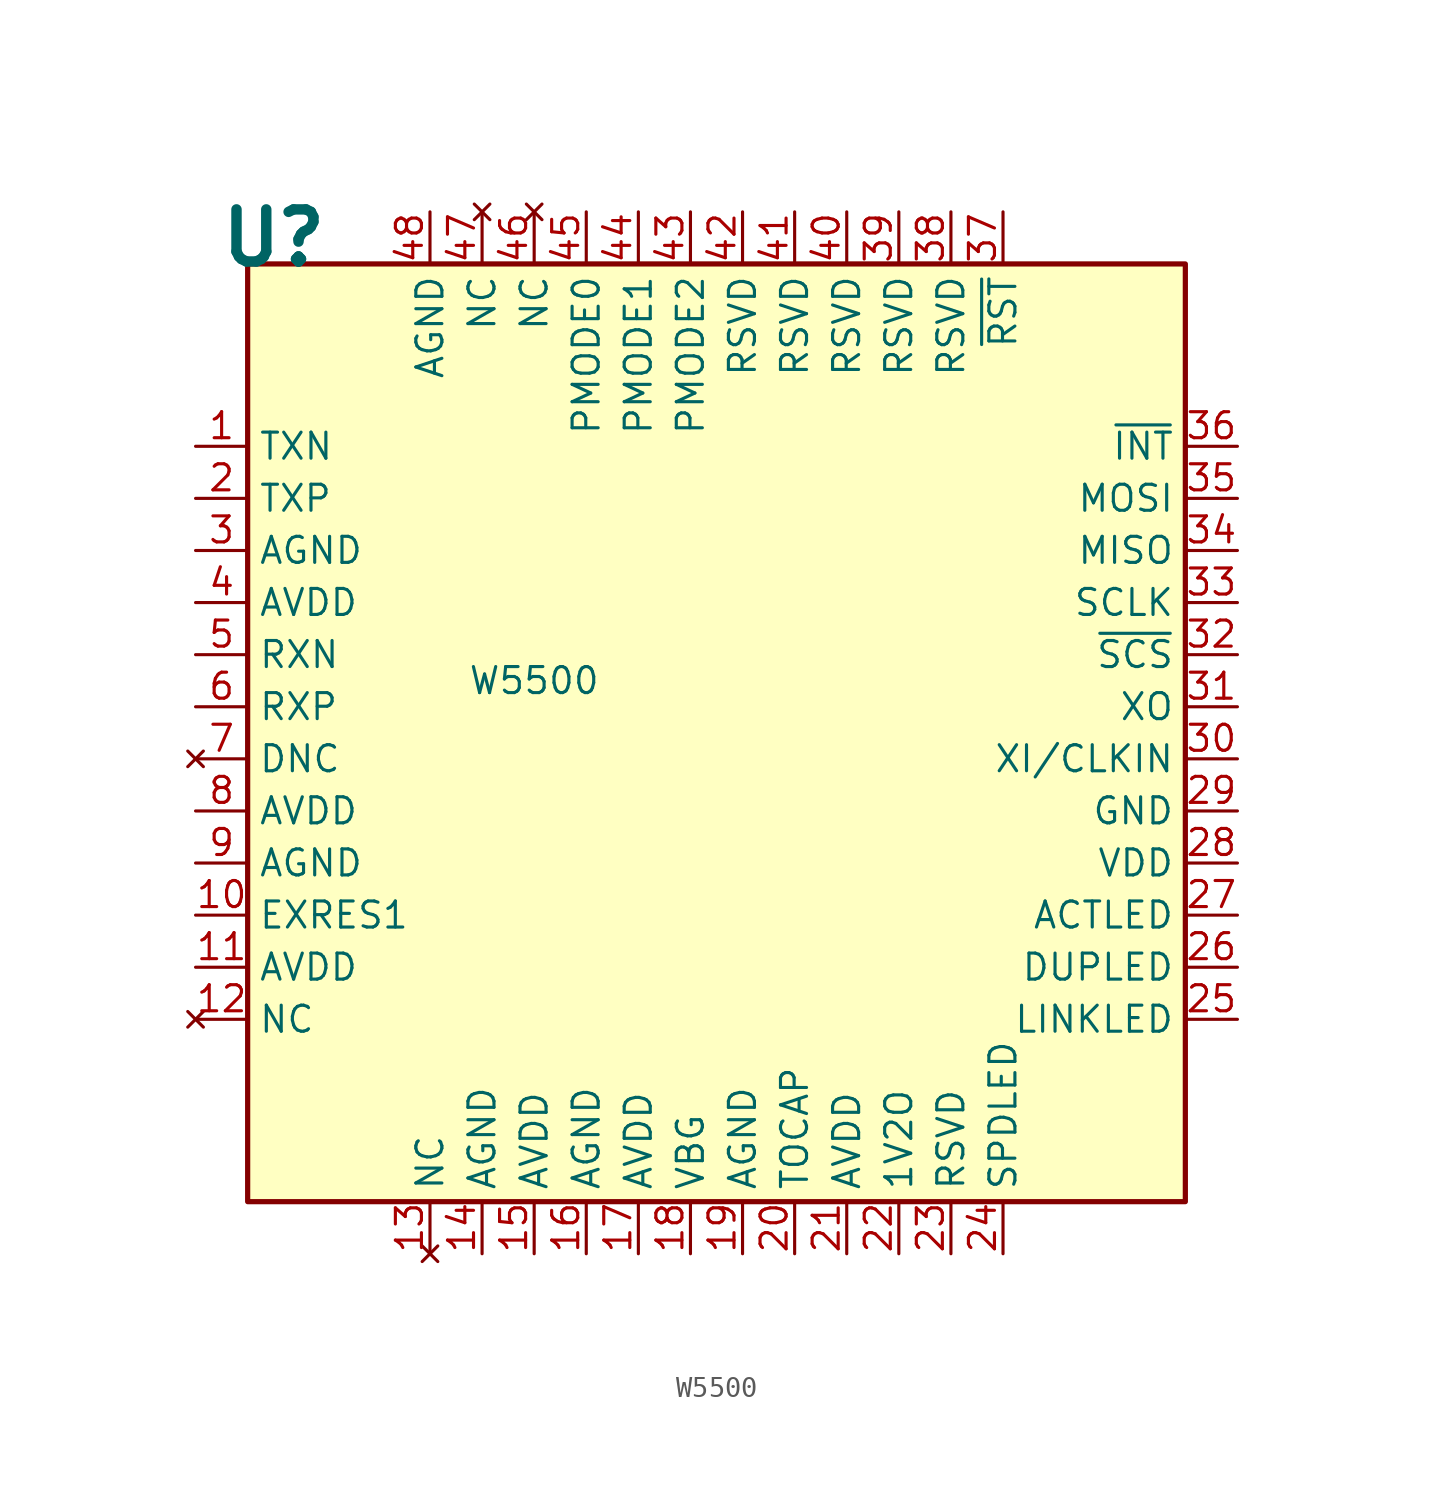
<source format=kicad_sym>
(kicad_symbol_lib
  (version 20220914)
  (generator kicad_symbol_editor)
  (symbol "W5500"
    (property "Reference" "U"
      (at -21.59 24.13 0)
      (effects (font (size 2.54 2.54) bold)))
    (property "Value" "W5500"
      (at -8.89 2.54 0)
      (effects (font (size 1.27 1.27))))
    (symbol "W5500_0_1"
      (rectangle (start -22.86 22.86) (end 22.86 -22.86) (stroke (width 0.254) (type default)) (fill (type background))))
    (symbol "W5500_1_1"
      (pin output line (at -25.4 13.97 0) (length 2.54) (name "TXN" (effects (font (size 1.27 1.27)))) (number "1" (effects (font (size 1.27 1.27)))))
      (pin passive line (at -25.4 -8.89 0) (length 2.54) (name "EXRES1" (effects (font (size 1.27 1.27)))) (number "10" (effects (font (size 1.27 1.27)))))
      (pin passive line (at -25.4 -11.43 0) (length 2.54) (name "AVDD" (effects (font (size 1.27 1.27)))) (number "11" (effects (font (size 1.27 1.27)))))
      (pin no_connect line (at -25.4 -13.97 0) (length 2.54) (name "NC" (effects (font (size 1.27 1.27)))) (number "12" (effects (font (size 1.27 1.27)))))
      (pin no_connect line (at -13.97 -25.4 90) (length 2.54) (name "NC" (effects (font (size 1.27 1.27)))) (number "13" (effects (font (size 1.27 1.27)))))
      (pin passive line (at -11.43 -25.4 90) (length 2.54) (name "AGND" (effects (font (size 1.27 1.27)))) (number "14" (effects (font (size 1.27 1.27)))))
      (pin passive line (at -8.89 -25.4 90) (length 2.54) (name "AVDD" (effects (font (size 1.27 1.27)))) (number "15" (effects (font (size 1.27 1.27)))))
      (pin passive line (at -6.35 -25.4 90) (length 2.54) (name "AGND" (effects (font (size 1.27 1.27)))) (number "16" (effects (font (size 1.27 1.27)))))
      (pin passive line (at -3.81 -25.4 90) (length 2.54) (name "AVDD" (effects (font (size 1.27 1.27)))) (number "17" (effects (font (size 1.27 1.27)))))
      (pin passive line (at -1.27 -25.4 90) (length 2.54) (name "VBG" (effects (font (size 1.27 1.27)))) (number "18" (effects (font (size 1.27 1.27)))))
      (pin passive line (at 1.27 -25.4 90) (length 2.54) (name "AGND" (effects (font (size 1.27 1.27)))) (number "19" (effects (font (size 1.27 1.27)))))
      (pin output line (at -25.4 11.43 0) (length 2.54) (name "TXP" (effects (font (size 1.27 1.27)))) (number "2" (effects (font (size 1.27 1.27)))))
      (pin passive line (at 3.81 -25.4 90) (length 2.54) (name "TOCAP" (effects (font (size 1.27 1.27)))) (number "20" (effects (font (size 1.27 1.27)))))
      (pin passive line (at 6.35 -25.4 90) (length 2.54) (name "AVDD" (effects (font (size 1.27 1.27)))) (number "21" (effects (font (size 1.27 1.27)))))
      (pin output line (at 8.89 -25.4 90) (length 2.54) (name "1V2O" (effects (font (size 1.27 1.27)))) (number "22" (effects (font (size 1.27 1.27)))))
      (pin input line (at 11.43 -25.4 90) (length 2.54) (name "RSVD" (effects (font (size 1.27 1.27)))) (number "23" (effects (font (size 1.27 1.27)))))
      (pin output line (at 13.97 -25.4 90) (length 2.54) (name "SPDLED" (effects (font (size 1.27 1.27)))) (number "24" (effects (font (size 1.27 1.27)))))
      (pin output line (at 25.4 -13.97 180) (length 2.54) (name "LINKLED" (effects (font (size 1.27 1.27)))) (number "25" (effects (font (size 1.27 1.27)))))
      (pin output line (at 25.4 -11.43 180) (length 2.54) (name "DUPLED" (effects (font (size 1.27 1.27)))) (number "26" (effects (font (size 1.27 1.27)))))
      (pin output line (at 25.4 -8.89 180) (length 2.54) (name "ACTLED" (effects (font (size 1.27 1.27)))) (number "27" (effects (font (size 1.27 1.27)))))
      (pin power_in line (at 25.4 -6.35 180) (length 2.54) (name "VDD" (effects (font (size 1.27 1.27)))) (number "28" (effects (font (size 1.27 1.27)))))
      (pin power_in line (at 25.4 -3.81 180) (length 2.54) (name "GND" (effects (font (size 1.27 1.27)))) (number "29" (effects (font (size 1.27 1.27)))))
      (pin power_in line (at -25.4 8.89 0) (length 2.54) (name "AGND" (effects (font (size 1.27 1.27)))) (number "3" (effects (font (size 1.27 1.27)))))
      (pin input line (at 25.4 -1.27 180) (length 2.54) (name "XI/CLKIN" (effects (font (size 1.27 1.27)))) (number "30" (effects (font (size 1.27 1.27)))))
      (pin output line (at 25.4 1.27 180) (length 2.54) (name "XO" (effects (font (size 1.27 1.27)))) (number "31" (effects (font (size 1.27 1.27)))))
      (pin input line (at 25.4 3.81 180) (length 2.54) (name "~{SCS}" (effects (font (size 1.27 1.27)))) (number "32" (effects (font (size 1.27 1.27)))))
      (pin input line (at 25.4 6.35 180) (length 2.54) (name "SCLK" (effects (font (size 1.27 1.27)))) (number "33" (effects (font (size 1.27 1.27)))))
      (pin output line (at 25.4 8.89 180) (length 2.54) (name "MISO" (effects (font (size 1.27 1.27)))) (number "34" (effects (font (size 1.27 1.27)))))
      (pin input line (at 25.4 11.43 180) (length 2.54) (name "MOSI" (effects (font (size 1.27 1.27)))) (number "35" (effects (font (size 1.27 1.27)))))
      (pin input line (at 25.4 13.97 180) (length 2.54) (name "~{INT}" (effects (font (size 1.27 1.27)))) (number "36" (effects (font (size 1.27 1.27)))))
      (pin input line (at 13.97 25.4 270) (length 2.54) (name "~{RST}" (effects (font (size 1.27 1.27)))) (number "37" (effects (font (size 1.27 1.27)))))
      (pin input line (at 11.43 25.4 270) (length 2.54) (name "RSVD" (effects (font (size 1.27 1.27)))) (number "38" (effects (font (size 1.27 1.27)))))
      (pin input line (at 8.89 25.4 270) (length 2.54) (name "RSVD" (effects (font (size 1.27 1.27)))) (number "39" (effects (font (size 1.27 1.27)))))
      (pin power_in line (at -25.4 6.35 0) (length 2.54) (name "AVDD" (effects (font (size 1.27 1.27)))) (number "4" (effects (font (size 1.27 1.27)))))
      (pin input line (at 6.35 25.4 270) (length 2.54) (name "RSVD" (effects (font (size 1.27 1.27)))) (number "40" (effects (font (size 1.27 1.27)))))
      (pin input line (at 3.81 25.4 270) (length 2.54) (name "RSVD" (effects (font (size 1.27 1.27)))) (number "41" (effects (font (size 1.27 1.27)))))
      (pin input line (at 1.27 25.4 270) (length 2.54) (name "RSVD" (effects (font (size 1.27 1.27)))) (number "42" (effects (font (size 1.27 1.27)))))
      (pin input line (at -1.27 25.4 270) (length 2.54) (name "PMODE2" (effects (font (size 1.27 1.27)))) (number "43" (effects (font (size 1.27 1.27)))))
      (pin input line (at -3.81 25.4 270) (length 2.54) (name "PMODE1" (effects (font (size 1.27 1.27)))) (number "44" (effects (font (size 1.27 1.27)))))
      (pin input line (at -6.35 25.4 270) (length 2.54) (name "PMODE0" (effects (font (size 1.27 1.27)))) (number "45" (effects (font (size 1.27 1.27)))))
      (pin no_connect line (at -8.89 25.4 270) (length 2.54) (name "NC" (effects (font (size 1.27 1.27)))) (number "46" (effects (font (size 1.27 1.27)))))
      (pin no_connect line (at -11.43 25.4 270) (length 2.54) (name "NC" (effects (font (size 1.27 1.27)))) (number "47" (effects (font (size 1.27 1.27)))))
      (pin passive line (at -13.97 25.4 270) (length 2.54) (name "AGND" (effects (font (size 1.27 1.27)))) (number "48" (effects (font (size 1.27 1.27)))))
      (pin input line (at -25.4 3.81 0) (length 2.54) (name "RXN" (effects (font (size 1.27 1.27)))) (number "5" (effects (font (size 1.27 1.27)))))
      (pin input line (at -25.4 1.27 0) (length 2.54) (name "RXP" (effects (font (size 1.27 1.27)))) (number "6" (effects (font (size 1.27 1.27)))))
      (pin no_connect line (at -25.4 -1.27 0) (length 2.54) (name "DNC" (effects (font (size 1.27 1.27)))) (number "7" (effects (font (size 1.27 1.27)))))
      (pin passive line (at -25.4 -3.81 0) (length 2.54) (name "AVDD" (effects (font (size 1.27 1.27)))) (number "8" (effects (font (size 1.27 1.27)))))
      (pin passive line (at -25.4 -6.35 0) (length 2.54) (name "AGND" (effects (font (size 1.27 1.27)))) (number "9" (effects (font (size 1.27 1.27))))))))
</source>
